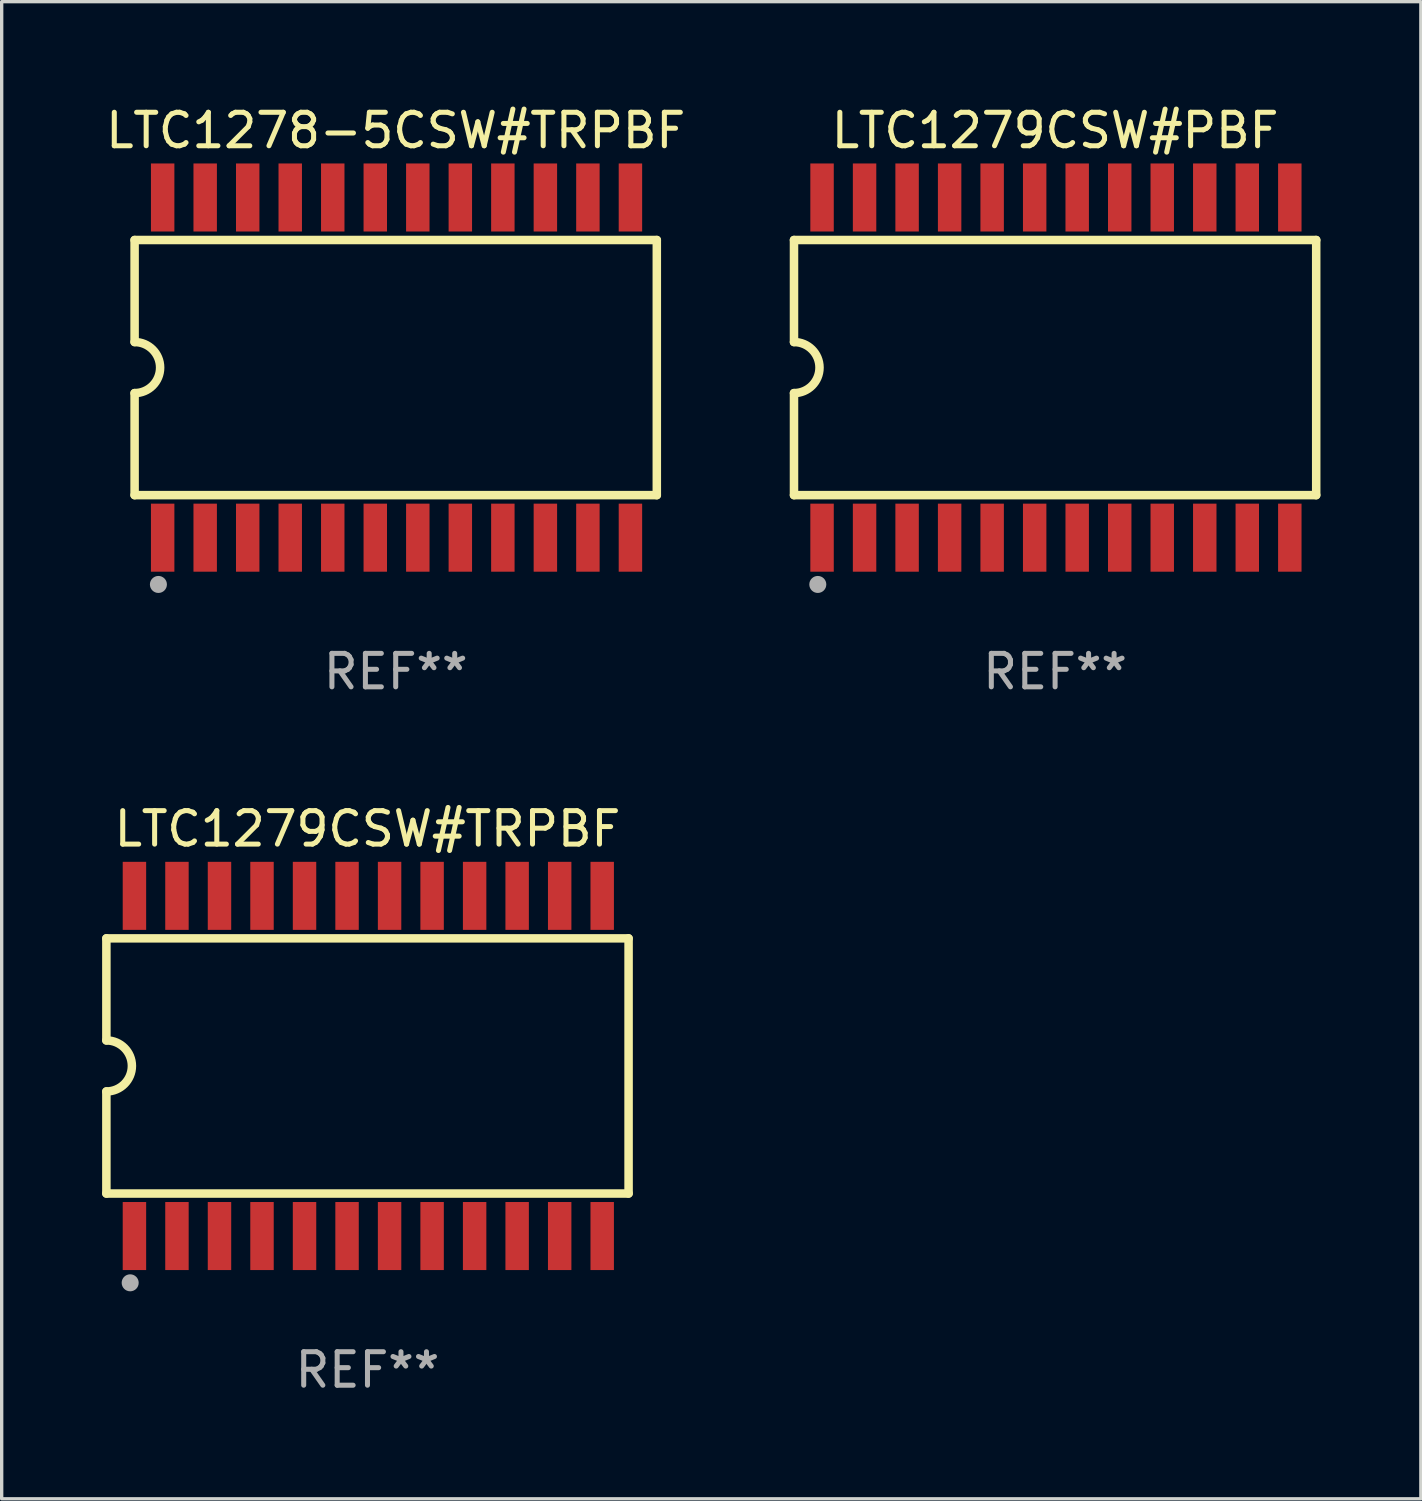
<source format=kicad_pcb>
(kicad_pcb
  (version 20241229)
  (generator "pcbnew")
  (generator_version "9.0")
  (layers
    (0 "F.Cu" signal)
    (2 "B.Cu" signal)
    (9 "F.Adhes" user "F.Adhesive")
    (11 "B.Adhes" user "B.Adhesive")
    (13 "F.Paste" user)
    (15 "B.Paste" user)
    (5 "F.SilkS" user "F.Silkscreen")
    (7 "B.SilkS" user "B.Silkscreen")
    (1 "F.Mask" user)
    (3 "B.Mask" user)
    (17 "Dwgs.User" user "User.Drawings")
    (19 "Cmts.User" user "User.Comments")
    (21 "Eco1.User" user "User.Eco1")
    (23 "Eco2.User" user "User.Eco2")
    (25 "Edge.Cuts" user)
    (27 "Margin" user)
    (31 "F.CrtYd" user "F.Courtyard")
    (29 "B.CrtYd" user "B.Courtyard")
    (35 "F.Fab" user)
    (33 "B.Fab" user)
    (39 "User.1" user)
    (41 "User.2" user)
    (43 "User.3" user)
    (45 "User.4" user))
  (footprint "LTC1279CSW#PBF"
    (layer "F.Cu")
    (at 28.461 7.928)
    (property "Reference" "LTC1279CSW#PBF" (at 0 -7.08 0) (layer "F.SilkS") (effects (font (size 1 1) (thickness 0.15))))
    (attr through_hole)
    (fp_line (start -7.798 -3.81) (end -7.798 -0.762) (stroke (width 0.254) (type solid)) (layer "F.SilkS"))
    (fp_line (start -7.798 3.81) (end -7.798 0.762) (stroke (width 0.254) (type solid)) (layer "F.SilkS"))
    (fp_line (start 7.798 -3.81) (end -7.798 -3.81) (stroke (width 0.254) (type solid)) (layer "F.SilkS"))
    (fp_line (start 7.798 3.81) (end -7.798 3.81) (stroke (width 0.254) (type solid)) (layer "F.SilkS"))
    (fp_line (start 7.798 3.81) (end 7.798 -3.81) (stroke (width 0.254) (type solid)) (layer "F.SilkS"))
    (fp_arc (start -7.797791 -0.762002) (mid -7.03579 -0.000001) (end -7.79779 0.762002) (stroke (width 0.254001) (type solid)) (layer "F.SilkS"))
    (fp_circle (center -7.825 3.75) (end -7.795 3.75) (stroke (width 0.06) (type solid)) (fill no) (layer "F.SilkS"))
    (fp_circle (center -7.087 6.477) (end -6.96 6.477) (stroke (width 0.254) (type solid)) (fill no) (layer "F.Fab"))
    (fp_text user "REF**" (at 0 9.08 0) (layer "F.Fab") (effects (font (size 1 1) (thickness 0.15))))
    (pad "1" smd rect (at -6.96 5.08 90) (size 2.032 0.7) (layers "F.Cu" "F.Mask" "F.Paste"))
    (pad "2" smd rect (at -5.69 5.08 90) (size 2.032 0.7) (layers "F.Cu" "F.Mask" "F.Paste"))
    (pad "3" smd rect (at -4.42 5.08 90) (size 2.032 0.7) (layers "F.Cu" "F.Mask" "F.Paste"))
    (pad "4" smd rect (at -3.15 5.08 90) (size 2.032 0.7) (layers "F.Cu" "F.Mask" "F.Paste"))
    (pad "5" smd rect (at -1.88 5.08 90) (size 2.032 0.7) (layers "F.Cu" "F.Mask" "F.Paste"))
    (pad "6" smd rect (at -0.61 5.08 90) (size 2.032 0.7) (layers "F.Cu" "F.Mask" "F.Paste"))
    (pad "7" smd rect (at 0.66 5.08 90) (size 2.032 0.7) (layers "F.Cu" "F.Mask" "F.Paste"))
    (pad "8" smd rect (at 1.93 5.08 90) (size 2.032 0.7) (layers "F.Cu" "F.Mask" "F.Paste"))
    (pad "9" smd rect (at 3.2 5.08 90) (size 2.032 0.7) (layers "F.Cu" "F.Mask" "F.Paste"))
    (pad "10" smd rect (at 4.47 5.08 90) (size 2.032 0.7) (layers "F.Cu" "F.Mask" "F.Paste"))
    (pad "11" smd rect (at 5.74 5.08 90) (size 2.032 0.7) (layers "F.Cu" "F.Mask" "F.Paste"))
    (pad "12" smd rect (at 7.01 5.08 90) (size 2.032 0.7) (layers "F.Cu" "F.Mask" "F.Paste"))
    (pad "13" smd rect (at 7.01 -5.08 90) (size 2.032 0.7) (layers "F.Cu" "F.Mask" "F.Paste"))
    (pad "14" smd rect (at 5.74 -5.08 90) (size 2.032 0.7) (layers "F.Cu" "F.Mask" "F.Paste"))
    (pad "15" smd rect (at 4.47 -5.08 90) (size 2.032 0.7) (layers "F.Cu" "F.Mask" "F.Paste"))
    (pad "16" smd rect (at 3.2 -5.08 90) (size 2.032 0.7) (layers "F.Cu" "F.Mask" "F.Paste"))
    (pad "17" smd rect (at 1.93 -5.08 90) (size 2.032 0.7) (layers "F.Cu" "F.Mask" "F.Paste"))
    (pad "18" smd rect (at 0.66 -5.08 90) (size 2.032 0.7) (layers "F.Cu" "F.Mask" "F.Paste"))
    (pad "19" smd rect (at -0.61 -5.08 90) (size 2.032 0.7) (layers "F.Cu" "F.Mask" "F.Paste"))
    (pad "20" smd rect (at -1.88 -5.08 90) (size 2.032 0.7) (layers "F.Cu" "F.Mask" "F.Paste"))
    (pad "21" smd rect (at -3.15 -5.08 90) (size 2.032 0.7) (layers "F.Cu" "F.Mask" "F.Paste"))
    (pad "22" smd rect (at -4.42 -5.08 90) (size 2.032 0.7) (layers "F.Cu" "F.Mask" "F.Paste"))
    (pad "23" smd rect (at -5.69 -5.08 90) (size 2.032 0.7) (layers "F.Cu" "F.Mask" "F.Paste"))
    (pad "24" smd rect (at -6.96 -5.08 90) (size 2.032 0.7) (layers "F.Cu" "F.Mask" "F.Paste")))
  (footprint "LTC1279CSW#TRPBF"
    (layer "F.Cu")
    (at 7.925 28.785)
    (property "Reference" "LTC1279CSW#TRPBF" (at 0 -7.08 0) (layer "F.SilkS") (effects (font (size 1 1) (thickness 0.15))))
    (attr through_hole)
    (fp_line (start -7.798 -3.81) (end -7.798 -0.762) (stroke (width 0.254) (type solid)) (layer "F.SilkS"))
    (fp_line (start -7.798 3.81) (end -7.798 0.762) (stroke (width 0.254) (type solid)) (layer "F.SilkS"))
    (fp_line (start 7.798 -3.81) (end -7.798 -3.81) (stroke (width 0.254) (type solid)) (layer "F.SilkS"))
    (fp_line (start 7.798 3.81) (end -7.798 3.81) (stroke (width 0.254) (type solid)) (layer "F.SilkS"))
    (fp_line (start 7.798 3.81) (end 7.798 -3.81) (stroke (width 0.254) (type solid)) (layer "F.SilkS"))
    (fp_arc (start -7.797791 -0.762002) (mid -7.03579 -0.000001) (end -7.79779 0.762002) (stroke (width 0.254001) (type solid)) (layer "F.SilkS"))
    (fp_circle (center -7.825 3.75) (end -7.795 3.75) (stroke (width 0.06) (type solid)) (fill no) (layer "F.SilkS"))
    (fp_circle (center -7.087 6.477) (end -6.96 6.477) (stroke (width 0.254) (type solid)) (fill no) (layer "F.Fab"))
    (fp_text user "REF**" (at 0 9.08 0) (layer "F.Fab") (effects (font (size 1 1) (thickness 0.15))))
    (pad "1" smd rect (at -6.96 5.08 90) (size 2.032 0.7) (layers "F.Cu" "F.Mask" "F.Paste"))
    (pad "2" smd rect (at -5.69 5.08 90) (size 2.032 0.7) (layers "F.Cu" "F.Mask" "F.Paste"))
    (pad "3" smd rect (at -4.42 5.08 90) (size 2.032 0.7) (layers "F.Cu" "F.Mask" "F.Paste"))
    (pad "4" smd rect (at -3.15 5.08 90) (size 2.032 0.7) (layers "F.Cu" "F.Mask" "F.Paste"))
    (pad "5" smd rect (at -1.88 5.08 90) (size 2.032 0.7) (layers "F.Cu" "F.Mask" "F.Paste"))
    (pad "6" smd rect (at -0.61 5.08 90) (size 2.032 0.7) (layers "F.Cu" "F.Mask" "F.Paste"))
    (pad "7" smd rect (at 0.66 5.08 90) (size 2.032 0.7) (layers "F.Cu" "F.Mask" "F.Paste"))
    (pad "8" smd rect (at 1.93 5.08 90) (size 2.032 0.7) (layers "F.Cu" "F.Mask" "F.Paste"))
    (pad "9" smd rect (at 3.2 5.08 90) (size 2.032 0.7) (layers "F.Cu" "F.Mask" "F.Paste"))
    (pad "10" smd rect (at 4.47 5.08 90) (size 2.032 0.7) (layers "F.Cu" "F.Mask" "F.Paste"))
    (pad "11" smd rect (at 5.74 5.08 90) (size 2.032 0.7) (layers "F.Cu" "F.Mask" "F.Paste"))
    (pad "12" smd rect (at 7.01 5.08 90) (size 2.032 0.7) (layers "F.Cu" "F.Mask" "F.Paste"))
    (pad "13" smd rect (at 7.01 -5.08 90) (size 2.032 0.7) (layers "F.Cu" "F.Mask" "F.Paste"))
    (pad "14" smd rect (at 5.74 -5.08 90) (size 2.032 0.7) (layers "F.Cu" "F.Mask" "F.Paste"))
    (pad "15" smd rect (at 4.47 -5.08 90) (size 2.032 0.7) (layers "F.Cu" "F.Mask" "F.Paste"))
    (pad "16" smd rect (at 3.2 -5.08 90) (size 2.032 0.7) (layers "F.Cu" "F.Mask" "F.Paste"))
    (pad "17" smd rect (at 1.93 -5.08 90) (size 2.032 0.7) (layers "F.Cu" "F.Mask" "F.Paste"))
    (pad "18" smd rect (at 0.66 -5.08 90) (size 2.032 0.7) (layers "F.Cu" "F.Mask" "F.Paste"))
    (pad "19" smd rect (at -0.61 -5.08 90) (size 2.032 0.7) (layers "F.Cu" "F.Mask" "F.Paste"))
    (pad "20" smd rect (at -1.88 -5.08 90) (size 2.032 0.7) (layers "F.Cu" "F.Mask" "F.Paste"))
    (pad "21" smd rect (at -3.15 -5.08 90) (size 2.032 0.7) (layers "F.Cu" "F.Mask" "F.Paste"))
    (pad "22" smd rect (at -4.42 -5.08 90) (size 2.032 0.7) (layers "F.Cu" "F.Mask" "F.Paste"))
    (pad "23" smd rect (at -5.69 -5.08 90) (size 2.032 0.7) (layers "F.Cu" "F.Mask" "F.Paste"))
    (pad "24" smd rect (at -6.96 -5.08 90) (size 2.032 0.7) (layers "F.Cu" "F.Mask" "F.Paste")))
  (footprint "LTC1278-5CSW#TRPBF"
    (layer "F.Cu")
    (at 8.768 7.928)
    (property "Reference" "LTC1278-5CSW#TRPBF" (at 0 -7.08 0) (layer "F.SilkS") (effects (font (size 1 1) (thickness 0.15))))
    (attr through_hole)
    (fp_line (start -7.798 -3.81) (end -7.798 -0.762) (stroke (width 0.254) (type solid)) (layer "F.SilkS"))
    (fp_line (start -7.798 3.81) (end -7.798 0.762) (stroke (width 0.254) (type solid)) (layer "F.SilkS"))
    (fp_line (start 7.798 -3.81) (end -7.798 -3.81) (stroke (width 0.254) (type solid)) (layer "F.SilkS"))
    (fp_line (start 7.798 3.81) (end -7.798 3.81) (stroke (width 0.254) (type solid)) (layer "F.SilkS"))
    (fp_line (start 7.798 3.81) (end 7.798 -3.81) (stroke (width 0.254) (type solid)) (layer "F.SilkS"))
    (fp_arc (start -7.797791 -0.762002) (mid -7.03579 -0.000001) (end -7.79779 0.762002) (stroke (width 0.254001) (type solid)) (layer "F.SilkS"))
    (fp_circle (center -7.825 3.75) (end -7.795 3.75) (stroke (width 0.06) (type solid)) (fill no) (layer "F.SilkS"))
    (fp_circle (center -7.087 6.477) (end -6.96 6.477) (stroke (width 0.254) (type solid)) (fill no) (layer "F.Fab"))
    (fp_text user "REF**" (at 0 9.08 0) (layer "F.Fab") (effects (font (size 1 1) (thickness 0.15))))
    (pad "1" smd rect (at -6.96 5.08 90) (size 2.032 0.7) (layers "F.Cu" "F.Mask" "F.Paste"))
    (pad "2" smd rect (at -5.69 5.08 90) (size 2.032 0.7) (layers "F.Cu" "F.Mask" "F.Paste"))
    (pad "3" smd rect (at -4.42 5.08 90) (size 2.032 0.7) (layers "F.Cu" "F.Mask" "F.Paste"))
    (pad "4" smd rect (at -3.15 5.08 90) (size 2.032 0.7) (layers "F.Cu" "F.Mask" "F.Paste"))
    (pad "5" smd rect (at -1.88 5.08 90) (size 2.032 0.7) (layers "F.Cu" "F.Mask" "F.Paste"))
    (pad "6" smd rect (at -0.61 5.08 90) (size 2.032 0.7) (layers "F.Cu" "F.Mask" "F.Paste"))
    (pad "7" smd rect (at 0.66 5.08 90) (size 2.032 0.7) (layers "F.Cu" "F.Mask" "F.Paste"))
    (pad "8" smd rect (at 1.93 5.08 90) (size 2.032 0.7) (layers "F.Cu" "F.Mask" "F.Paste"))
    (pad "9" smd rect (at 3.2 5.08 90) (size 2.032 0.7) (layers "F.Cu" "F.Mask" "F.Paste"))
    (pad "10" smd rect (at 4.47 5.08 90) (size 2.032 0.7) (layers "F.Cu" "F.Mask" "F.Paste"))
    (pad "11" smd rect (at 5.74 5.08 90) (size 2.032 0.7) (layers "F.Cu" "F.Mask" "F.Paste"))
    (pad "12" smd rect (at 7.01 5.08 90) (size 2.032 0.7) (layers "F.Cu" "F.Mask" "F.Paste"))
    (pad "13" smd rect (at 7.01 -5.08 90) (size 2.032 0.7) (layers "F.Cu" "F.Mask" "F.Paste"))
    (pad "14" smd rect (at 5.74 -5.08 90) (size 2.032 0.7) (layers "F.Cu" "F.Mask" "F.Paste"))
    (pad "15" smd rect (at 4.47 -5.08 90) (size 2.032 0.7) (layers "F.Cu" "F.Mask" "F.Paste"))
    (pad "16" smd rect (at 3.2 -5.08 90) (size 2.032 0.7) (layers "F.Cu" "F.Mask" "F.Paste"))
    (pad "17" smd rect (at 1.93 -5.08 90) (size 2.032 0.7) (layers "F.Cu" "F.Mask" "F.Paste"))
    (pad "18" smd rect (at 0.66 -5.08 90) (size 2.032 0.7) (layers "F.Cu" "F.Mask" "F.Paste"))
    (pad "19" smd rect (at -0.61 -5.08 90) (size 2.032 0.7) (layers "F.Cu" "F.Mask" "F.Paste"))
    (pad "20" smd rect (at -1.88 -5.08 90) (size 2.032 0.7) (layers "F.Cu" "F.Mask" "F.Paste"))
    (pad "21" smd rect (at -3.15 -5.08 90) (size 2.032 0.7) (layers "F.Cu" "F.Mask" "F.Paste"))
    (pad "22" smd rect (at -4.42 -5.08 90) (size 2.032 0.7) (layers "F.Cu" "F.Mask" "F.Paste"))
    (pad "23" smd rect (at -5.69 -5.08 90) (size 2.032 0.7) (layers "F.Cu" "F.Mask" "F.Paste"))
    (pad "24" smd rect (at -6.96 -5.08 90) (size 2.032 0.7) (layers "F.Cu" "F.Mask" "F.Paste")))
  (gr_rect
    (start -3 -3)
    (end 39.385 41.713)
    (stroke (width 0.1) (type default))
    (fill no)
    (layer "Edge.Cuts")))
</source>
